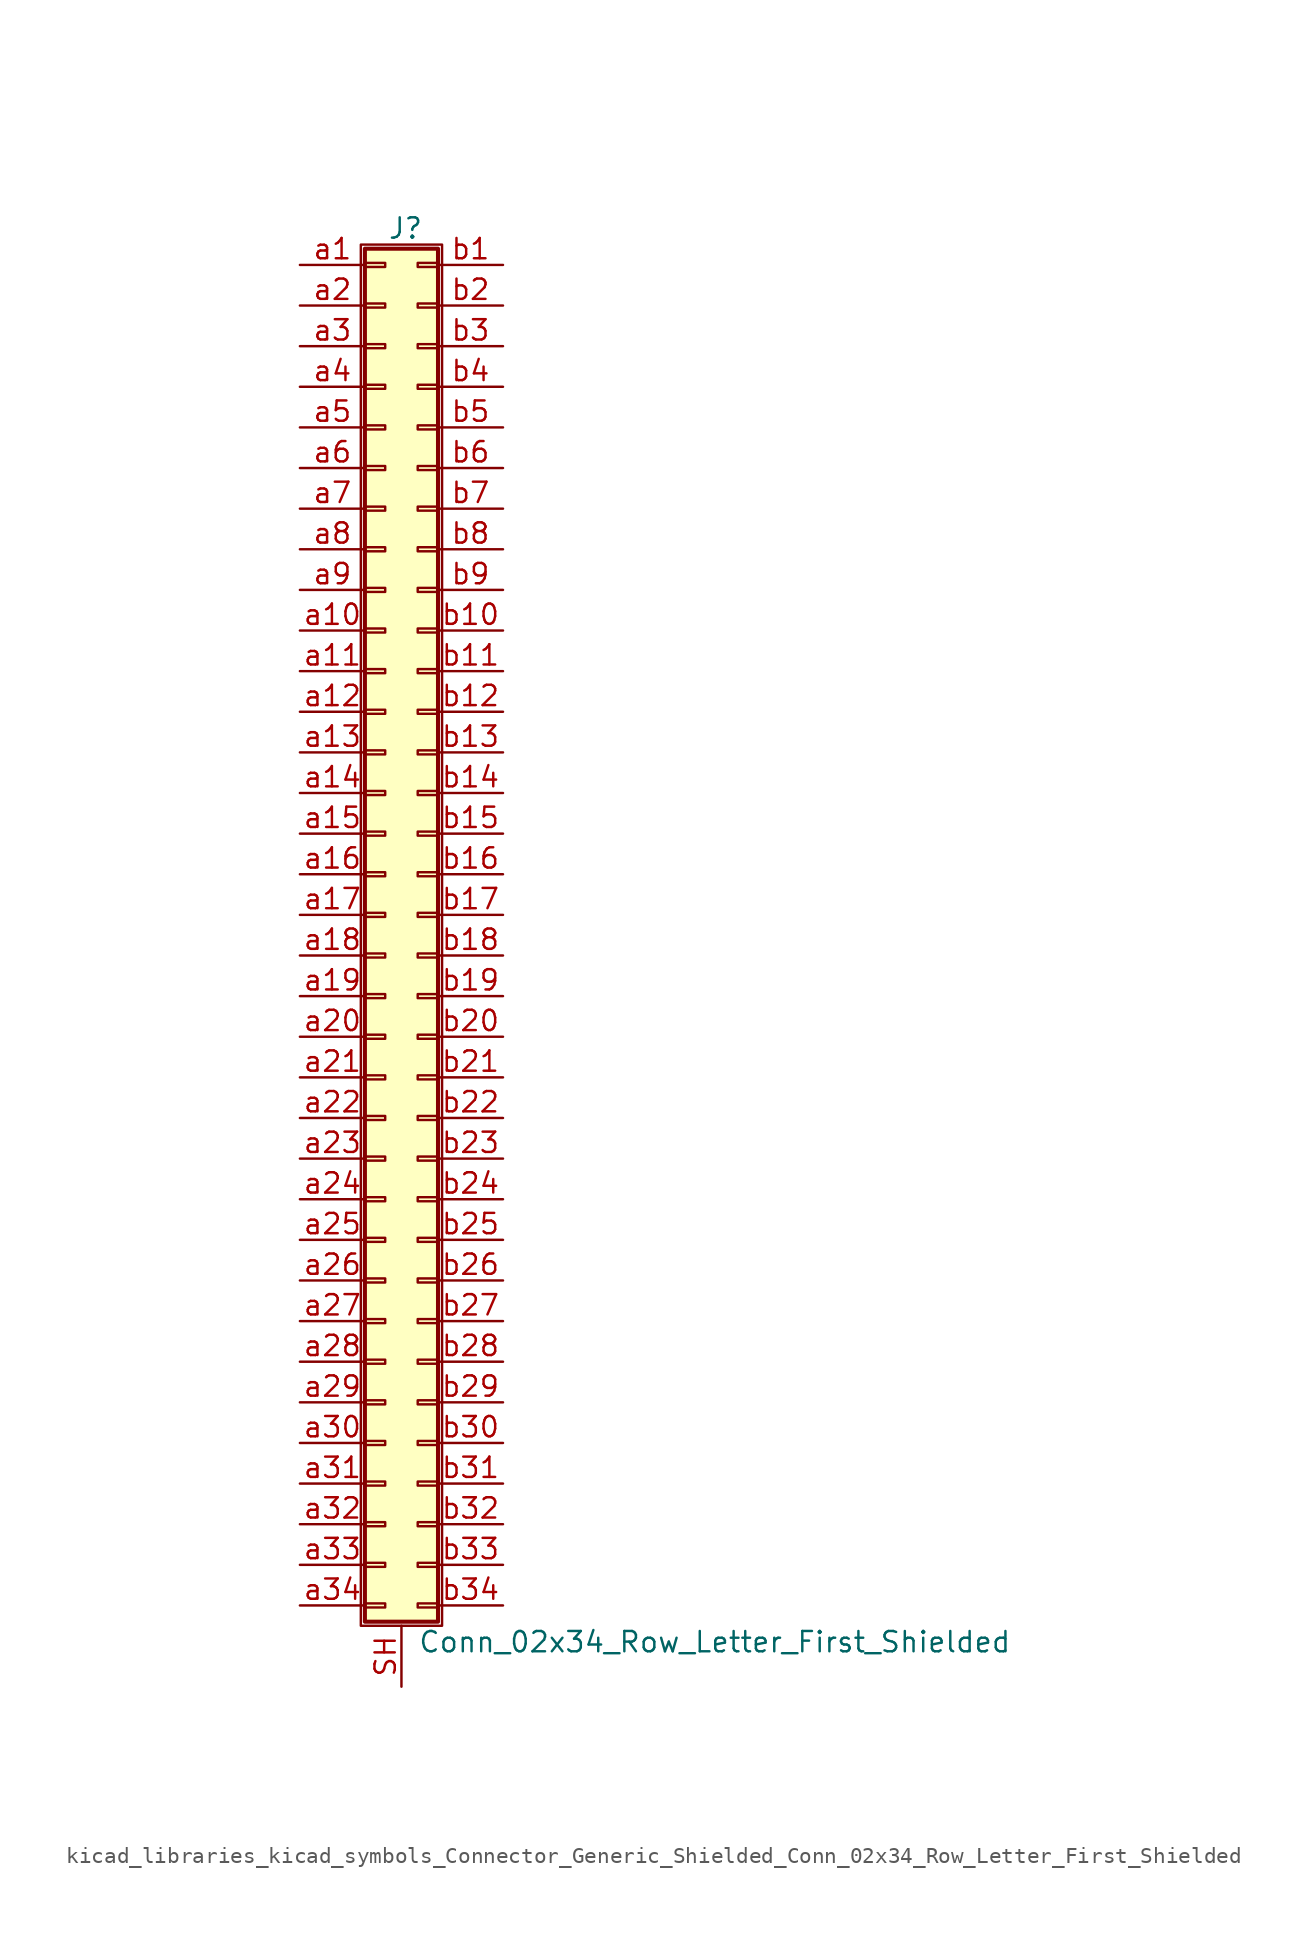
<source format=kicad_sym>
(kicad_symbol_lib
  (version 20220914)
  (generator kicad_symbol_editor)
  (symbol "kicad_libraries_kicad_symbols_Connector_Generic_Shielded_Conn_02x34_Row_Letter_First_Shielded"
    (pin_names
      (offset 1.016) hide)
    (property "Reference" "J"
      (at 1.524 42.926 0)
      (effects (font (size 1.27 1.27))))
    (property "Value" "Conn_02x34_Row_Letter_First_Shielded"
      (at 2.286 -45.466 0)
      (effects (font (size 1.27 1.27)) (justify left)))
    (symbol "kicad_libraries_kicad_symbols_Connector_Generic_Shielded_Conn_02x34_Row_Letter_First_Shielded_1_1"
      (rectangle (start -1.27 41.91) (end 3.81 -44.45) (stroke (width 0.152) (type default)) (fill (type none)))
      (rectangle (start -1.016 -43.053) (end 0.254 -43.307) (stroke (width 0.152) (type default)) (fill (type none)))
      (rectangle (start -1.016 -40.513) (end 0.254 -40.767) (stroke (width 0.152) (type default)) (fill (type none)))
      (rectangle (start -1.016 -37.973) (end 0.254 -38.227) (stroke (width 0.152) (type default)) (fill (type none)))
      (rectangle (start -1.016 -35.433) (end 0.254 -35.687) (stroke (width 0.152) (type default)) (fill (type none)))
      (rectangle (start -1.016 -32.893) (end 0.254 -33.147) (stroke (width 0.152) (type default)) (fill (type none)))
      (rectangle (start -1.016 -30.353) (end 0.254 -30.607) (stroke (width 0.152) (type default)) (fill (type none)))
      (rectangle (start -1.016 -27.813) (end 0.254 -28.067) (stroke (width 0.152) (type default)) (fill (type none)))
      (rectangle (start -1.016 -25.273) (end 0.254 -25.527) (stroke (width 0.152) (type default)) (fill (type none)))
      (rectangle (start -1.016 -22.733) (end 0.254 -22.987) (stroke (width 0.152) (type default)) (fill (type none)))
      (rectangle (start -1.016 -20.193) (end 0.254 -20.447) (stroke (width 0.152) (type default)) (fill (type none)))
      (rectangle (start -1.016 -17.653) (end 0.254 -17.907) (stroke (width 0.152) (type default)) (fill (type none)))
      (rectangle (start -1.016 -15.113) (end 0.254 -15.367) (stroke (width 0.152) (type default)) (fill (type none)))
      (rectangle (start -1.016 -12.573) (end 0.254 -12.827) (stroke (width 0.152) (type default)) (fill (type none)))
      (rectangle (start -1.016 -10.033) (end 0.254 -10.287) (stroke (width 0.152) (type default)) (fill (type none)))
      (rectangle (start -1.016 -7.493) (end 0.254 -7.747) (stroke (width 0.152) (type default)) (fill (type none)))
      (rectangle (start -1.016 -4.953) (end 0.254 -5.207) (stroke (width 0.152) (type default)) (fill (type none)))
      (rectangle (start -1.016 -2.413) (end 0.254 -2.667) (stroke (width 0.152) (type default)) (fill (type none)))
      (rectangle (start -1.016 0.127) (end 0.254 -0.127) (stroke (width 0.152) (type default)) (fill (type none)))
      (rectangle (start -1.016 2.667) (end 0.254 2.413) (stroke (width 0.152) (type default)) (fill (type none)))
      (rectangle (start -1.016 5.207) (end 0.254 4.953) (stroke (width 0.152) (type default)) (fill (type none)))
      (rectangle (start -1.016 7.747) (end 0.254 7.493) (stroke (width 0.152) (type default)) (fill (type none)))
      (rectangle (start -1.016 10.287) (end 0.254 10.033) (stroke (width 0.152) (type default)) (fill (type none)))
      (rectangle (start -1.016 12.827) (end 0.254 12.573) (stroke (width 0.152) (type default)) (fill (type none)))
      (rectangle (start -1.016 15.367) (end 0.254 15.113) (stroke (width 0.152) (type default)) (fill (type none)))
      (rectangle (start -1.016 17.907) (end 0.254 17.653) (stroke (width 0.152) (type default)) (fill (type none)))
      (rectangle (start -1.016 20.447) (end 0.254 20.193) (stroke (width 0.152) (type default)) (fill (type none)))
      (rectangle (start -1.016 22.987) (end 0.254 22.733) (stroke (width 0.152) (type default)) (fill (type none)))
      (rectangle (start -1.016 25.527) (end 0.254 25.273) (stroke (width 0.152) (type default)) (fill (type none)))
      (rectangle (start -1.016 28.067) (end 0.254 27.813) (stroke (width 0.152) (type default)) (fill (type none)))
      (rectangle (start -1.016 30.607) (end 0.254 30.353) (stroke (width 0.152) (type default)) (fill (type none)))
      (rectangle (start -1.016 33.147) (end 0.254 32.893) (stroke (width 0.152) (type default)) (fill (type none)))
      (rectangle (start -1.016 35.687) (end 0.254 35.433) (stroke (width 0.152) (type default)) (fill (type none)))
      (rectangle (start -1.016 38.227) (end 0.254 37.973) (stroke (width 0.152) (type default)) (fill (type none)))
      (rectangle (start -1.016 40.767) (end 0.254 40.513) (stroke (width 0.152) (type default)) (fill (type none)))
      (rectangle (start -1.016 41.656) (end 3.556 -44.196) (stroke (width 0.254) (type default)) (fill (type background)))
      (rectangle (start 3.556 -43.053) (end 2.286 -43.307) (stroke (width 0.152) (type default)) (fill (type none)))
      (rectangle (start 3.556 -40.513) (end 2.286 -40.767) (stroke (width 0.152) (type default)) (fill (type none)))
      (rectangle (start 3.556 -37.973) (end 2.286 -38.227) (stroke (width 0.152) (type default)) (fill (type none)))
      (rectangle (start 3.556 -35.433) (end 2.286 -35.687) (stroke (width 0.152) (type default)) (fill (type none)))
      (rectangle (start 3.556 -32.893) (end 2.286 -33.147) (stroke (width 0.152) (type default)) (fill (type none)))
      (rectangle (start 3.556 -30.353) (end 2.286 -30.607) (stroke (width 0.152) (type default)) (fill (type none)))
      (rectangle (start 3.556 -27.813) (end 2.286 -28.067) (stroke (width 0.152) (type default)) (fill (type none)))
      (rectangle (start 3.556 -25.273) (end 2.286 -25.527) (stroke (width 0.152) (type default)) (fill (type none)))
      (rectangle (start 3.556 -22.733) (end 2.286 -22.987) (stroke (width 0.152) (type default)) (fill (type none)))
      (rectangle (start 3.556 -20.193) (end 2.286 -20.447) (stroke (width 0.152) (type default)) (fill (type none)))
      (rectangle (start 3.556 -17.653) (end 2.286 -17.907) (stroke (width 0.152) (type default)) (fill (type none)))
      (rectangle (start 3.556 -15.113) (end 2.286 -15.367) (stroke (width 0.152) (type default)) (fill (type none)))
      (rectangle (start 3.556 -12.573) (end 2.286 -12.827) (stroke (width 0.152) (type default)) (fill (type none)))
      (rectangle (start 3.556 -10.033) (end 2.286 -10.287) (stroke (width 0.152) (type default)) (fill (type none)))
      (rectangle (start 3.556 -7.493) (end 2.286 -7.747) (stroke (width 0.152) (type default)) (fill (type none)))
      (rectangle (start 3.556 -4.953) (end 2.286 -5.207) (stroke (width 0.152) (type default)) (fill (type none)))
      (rectangle (start 3.556 -2.413) (end 2.286 -2.667) (stroke (width 0.152) (type default)) (fill (type none)))
      (rectangle (start 3.556 0.127) (end 2.286 -0.127) (stroke (width 0.152) (type default)) (fill (type none)))
      (rectangle (start 3.556 2.667) (end 2.286 2.413) (stroke (width 0.152) (type default)) (fill (type none)))
      (rectangle (start 3.556 5.207) (end 2.286 4.953) (stroke (width 0.152) (type default)) (fill (type none)))
      (rectangle (start 3.556 7.747) (end 2.286 7.493) (stroke (width 0.152) (type default)) (fill (type none)))
      (rectangle (start 3.556 10.287) (end 2.286 10.033) (stroke (width 0.152) (type default)) (fill (type none)))
      (rectangle (start 3.556 12.827) (end 2.286 12.573) (stroke (width 0.152) (type default)) (fill (type none)))
      (rectangle (start 3.556 15.367) (end 2.286 15.113) (stroke (width 0.152) (type default)) (fill (type none)))
      (rectangle (start 3.556 17.907) (end 2.286 17.653) (stroke (width 0.152) (type default)) (fill (type none)))
      (rectangle (start 3.556 20.447) (end 2.286 20.193) (stroke (width 0.152) (type default)) (fill (type none)))
      (rectangle (start 3.556 22.987) (end 2.286 22.733) (stroke (width 0.152) (type default)) (fill (type none)))
      (rectangle (start 3.556 25.527) (end 2.286 25.273) (stroke (width 0.152) (type default)) (fill (type none)))
      (rectangle (start 3.556 28.067) (end 2.286 27.813) (stroke (width 0.152) (type default)) (fill (type none)))
      (rectangle (start 3.556 30.607) (end 2.286 30.353) (stroke (width 0.152) (type default)) (fill (type none)))
      (rectangle (start 3.556 33.147) (end 2.286 32.893) (stroke (width 0.152) (type default)) (fill (type none)))
      (rectangle (start 3.556 35.687) (end 2.286 35.433) (stroke (width 0.152) (type default)) (fill (type none)))
      (rectangle (start 3.556 38.227) (end 2.286 37.973) (stroke (width 0.152) (type default)) (fill (type none)))
      (rectangle (start 3.556 40.767) (end 2.286 40.513) (stroke (width 0.152) (type default)) (fill (type none)))
      (pin passive line (at 1.27 -48.26 90) (length 3.81) (name "Shield" (effects (font (size 1.27 1.27)))) (number "SH" (effects (font (size 1.27 1.27)))))
      (pin passive line (at -5.08 40.64 0) (length 4.064) (name "Pin_a1" (effects (font (size 1.27 1.27)))) (number "a1" (effects (font (size 1.27 1.27)))))
      (pin passive line (at -5.08 17.78 0) (length 4.064) (name "Pin_a10" (effects (font (size 1.27 1.27)))) (number "a10" (effects (font (size 1.27 1.27)))))
      (pin passive line (at -5.08 15.24 0) (length 4.064) (name "Pin_a11" (effects (font (size 1.27 1.27)))) (number "a11" (effects (font (size 1.27 1.27)))))
      (pin passive line (at -5.08 12.7 0) (length 4.064) (name "Pin_a12" (effects (font (size 1.27 1.27)))) (number "a12" (effects (font (size 1.27 1.27)))))
      (pin passive line (at -5.08 10.16 0) (length 4.064) (name "Pin_a13" (effects (font (size 1.27 1.27)))) (number "a13" (effects (font (size 1.27 1.27)))))
      (pin passive line (at -5.08 7.62 0) (length 4.064) (name "Pin_a14" (effects (font (size 1.27 1.27)))) (number "a14" (effects (font (size 1.27 1.27)))))
      (pin passive line (at -5.08 5.08 0) (length 4.064) (name "Pin_a15" (effects (font (size 1.27 1.27)))) (number "a15" (effects (font (size 1.27 1.27)))))
      (pin passive line (at -5.08 2.54 0) (length 4.064) (name "Pin_a16" (effects (font (size 1.27 1.27)))) (number "a16" (effects (font (size 1.27 1.27)))))
      (pin passive line (at -5.08 0 0) (length 4.064) (name "Pin_a17" (effects (font (size 1.27 1.27)))) (number "a17" (effects (font (size 1.27 1.27)))))
      (pin passive line (at -5.08 -2.54 0) (length 4.064) (name "Pin_a18" (effects (font (size 1.27 1.27)))) (number "a18" (effects (font (size 1.27 1.27)))))
      (pin passive line (at -5.08 -5.08 0) (length 4.064) (name "Pin_a19" (effects (font (size 1.27 1.27)))) (number "a19" (effects (font (size 1.27 1.27)))))
      (pin passive line (at -5.08 38.1 0) (length 4.064) (name "Pin_a2" (effects (font (size 1.27 1.27)))) (number "a2" (effects (font (size 1.27 1.27)))))
      (pin passive line (at -5.08 -7.62 0) (length 4.064) (name "Pin_a20" (effects (font (size 1.27 1.27)))) (number "a20" (effects (font (size 1.27 1.27)))))
      (pin passive line (at -5.08 -10.16 0) (length 4.064) (name "Pin_a21" (effects (font (size 1.27 1.27)))) (number "a21" (effects (font (size 1.27 1.27)))))
      (pin passive line (at -5.08 -12.7 0) (length 4.064) (name "Pin_a22" (effects (font (size 1.27 1.27)))) (number "a22" (effects (font (size 1.27 1.27)))))
      (pin passive line (at -5.08 -15.24 0) (length 4.064) (name "Pin_a23" (effects (font (size 1.27 1.27)))) (number "a23" (effects (font (size 1.27 1.27)))))
      (pin passive line (at -5.08 -17.78 0) (length 4.064) (name "Pin_a24" (effects (font (size 1.27 1.27)))) (number "a24" (effects (font (size 1.27 1.27)))))
      (pin passive line (at -5.08 -20.32 0) (length 4.064) (name "Pin_a25" (effects (font (size 1.27 1.27)))) (number "a25" (effects (font (size 1.27 1.27)))))
      (pin passive line (at -5.08 -22.86 0) (length 4.064) (name "Pin_a26" (effects (font (size 1.27 1.27)))) (number "a26" (effects (font (size 1.27 1.27)))))
      (pin passive line (at -5.08 -25.4 0) (length 4.064) (name "Pin_a27" (effects (font (size 1.27 1.27)))) (number "a27" (effects (font (size 1.27 1.27)))))
      (pin passive line (at -5.08 -27.94 0) (length 4.064) (name "Pin_a28" (effects (font (size 1.27 1.27)))) (number "a28" (effects (font (size 1.27 1.27)))))
      (pin passive line (at -5.08 -30.48 0) (length 4.064) (name "Pin_a29" (effects (font (size 1.27 1.27)))) (number "a29" (effects (font (size 1.27 1.27)))))
      (pin passive line (at -5.08 35.56 0) (length 4.064) (name "Pin_a3" (effects (font (size 1.27 1.27)))) (number "a3" (effects (font (size 1.27 1.27)))))
      (pin passive line (at -5.08 -33.02 0) (length 4.064) (name "Pin_a30" (effects (font (size 1.27 1.27)))) (number "a30" (effects (font (size 1.27 1.27)))))
      (pin passive line (at -5.08 -35.56 0) (length 4.064) (name "Pin_a31" (effects (font (size 1.27 1.27)))) (number "a31" (effects (font (size 1.27 1.27)))))
      (pin passive line (at -5.08 -38.1 0) (length 4.064) (name "Pin_a32" (effects (font (size 1.27 1.27)))) (number "a32" (effects (font (size 1.27 1.27)))))
      (pin passive line (at -5.08 -40.64 0) (length 4.064) (name "Pin_a33" (effects (font (size 1.27 1.27)))) (number "a33" (effects (font (size 1.27 1.27)))))
      (pin passive line (at -5.08 -43.18 0) (length 4.064) (name "Pin_a34" (effects (font (size 1.27 1.27)))) (number "a34" (effects (font (size 1.27 1.27)))))
      (pin passive line (at -5.08 33.02 0) (length 4.064) (name "Pin_a4" (effects (font (size 1.27 1.27)))) (number "a4" (effects (font (size 1.27 1.27)))))
      (pin passive line (at -5.08 30.48 0) (length 4.064) (name "Pin_a5" (effects (font (size 1.27 1.27)))) (number "a5" (effects (font (size 1.27 1.27)))))
      (pin passive line (at -5.08 27.94 0) (length 4.064) (name "Pin_a6" (effects (font (size 1.27 1.27)))) (number "a6" (effects (font (size 1.27 1.27)))))
      (pin passive line (at -5.08 25.4 0) (length 4.064) (name "Pin_a7" (effects (font (size 1.27 1.27)))) (number "a7" (effects (font (size 1.27 1.27)))))
      (pin passive line (at -5.08 22.86 0) (length 4.064) (name "Pin_a8" (effects (font (size 1.27 1.27)))) (number "a8" (effects (font (size 1.27 1.27)))))
      (pin passive line (at -5.08 20.32 0) (length 4.064) (name "Pin_a9" (effects (font (size 1.27 1.27)))) (number "a9" (effects (font (size 1.27 1.27)))))
      (pin passive line (at 7.62 40.64 180) (length 4.064) (name "Pin_b1" (effects (font (size 1.27 1.27)))) (number "b1" (effects (font (size 1.27 1.27)))))
      (pin passive line (at 7.62 17.78 180) (length 4.064) (name "Pin_b10" (effects (font (size 1.27 1.27)))) (number "b10" (effects (font (size 1.27 1.27)))))
      (pin passive line (at 7.62 15.24 180) (length 4.064) (name "Pin_b11" (effects (font (size 1.27 1.27)))) (number "b11" (effects (font (size 1.27 1.27)))))
      (pin passive line (at 7.62 12.7 180) (length 4.064) (name "Pin_b12" (effects (font (size 1.27 1.27)))) (number "b12" (effects (font (size 1.27 1.27)))))
      (pin passive line (at 7.62 10.16 180) (length 4.064) (name "Pin_b13" (effects (font (size 1.27 1.27)))) (number "b13" (effects (font (size 1.27 1.27)))))
      (pin passive line (at 7.62 7.62 180) (length 4.064) (name "Pin_b14" (effects (font (size 1.27 1.27)))) (number "b14" (effects (font (size 1.27 1.27)))))
      (pin passive line (at 7.62 5.08 180) (length 4.064) (name "Pin_b15" (effects (font (size 1.27 1.27)))) (number "b15" (effects (font (size 1.27 1.27)))))
      (pin passive line (at 7.62 2.54 180) (length 4.064) (name "Pin_b16" (effects (font (size 1.27 1.27)))) (number "b16" (effects (font (size 1.27 1.27)))))
      (pin passive line (at 7.62 0 180) (length 4.064) (name "Pin_b17" (effects (font (size 1.27 1.27)))) (number "b17" (effects (font (size 1.27 1.27)))))
      (pin passive line (at 7.62 -2.54 180) (length 4.064) (name "Pin_b18" (effects (font (size 1.27 1.27)))) (number "b18" (effects (font (size 1.27 1.27)))))
      (pin passive line (at 7.62 -5.08 180) (length 4.064) (name "Pin_b19" (effects (font (size 1.27 1.27)))) (number "b19" (effects (font (size 1.27 1.27)))))
      (pin passive line (at 7.62 38.1 180) (length 4.064) (name "Pin_b2" (effects (font (size 1.27 1.27)))) (number "b2" (effects (font (size 1.27 1.27)))))
      (pin passive line (at 7.62 -7.62 180) (length 4.064) (name "Pin_b20" (effects (font (size 1.27 1.27)))) (number "b20" (effects (font (size 1.27 1.27)))))
      (pin passive line (at 7.62 -10.16 180) (length 4.064) (name "Pin_b21" (effects (font (size 1.27 1.27)))) (number "b21" (effects (font (size 1.27 1.27)))))
      (pin passive line (at 7.62 -12.7 180) (length 4.064) (name "Pin_b22" (effects (font (size 1.27 1.27)))) (number "b22" (effects (font (size 1.27 1.27)))))
      (pin passive line (at 7.62 -15.24 180) (length 4.064) (name "Pin_b23" (effects (font (size 1.27 1.27)))) (number "b23" (effects (font (size 1.27 1.27)))))
      (pin passive line (at 7.62 -17.78 180) (length 4.064) (name "Pin_b24" (effects (font (size 1.27 1.27)))) (number "b24" (effects (font (size 1.27 1.27)))))
      (pin passive line (at 7.62 -20.32 180) (length 4.064) (name "Pin_b25" (effects (font (size 1.27 1.27)))) (number "b25" (effects (font (size 1.27 1.27)))))
      (pin passive line (at 7.62 -22.86 180) (length 4.064) (name "Pin_b26" (effects (font (size 1.27 1.27)))) (number "b26" (effects (font (size 1.27 1.27)))))
      (pin passive line (at 7.62 -25.4 180) (length 4.064) (name "Pin_b27" (effects (font (size 1.27 1.27)))) (number "b27" (effects (font (size 1.27 1.27)))))
      (pin passive line (at 7.62 -27.94 180) (length 4.064) (name "Pin_b28" (effects (font (size 1.27 1.27)))) (number "b28" (effects (font (size 1.27 1.27)))))
      (pin passive line (at 7.62 -30.48 180) (length 4.064) (name "Pin_b29" (effects (font (size 1.27 1.27)))) (number "b29" (effects (font (size 1.27 1.27)))))
      (pin passive line (at 7.62 35.56 180) (length 4.064) (name "Pin_b3" (effects (font (size 1.27 1.27)))) (number "b3" (effects (font (size 1.27 1.27)))))
      (pin passive line (at 7.62 -33.02 180) (length 4.064) (name "Pin_b30" (effects (font (size 1.27 1.27)))) (number "b30" (effects (font (size 1.27 1.27)))))
      (pin passive line (at 7.62 -35.56 180) (length 4.064) (name "Pin_b31" (effects (font (size 1.27 1.27)))) (number "b31" (effects (font (size 1.27 1.27)))))
      (pin passive line (at 7.62 -38.1 180) (length 4.064) (name "Pin_b32" (effects (font (size 1.27 1.27)))) (number "b32" (effects (font (size 1.27 1.27)))))
      (pin passive line (at 7.62 -40.64 180) (length 4.064) (name "Pin_b33" (effects (font (size 1.27 1.27)))) (number "b33" (effects (font (size 1.27 1.27)))))
      (pin passive line (at 7.62 -43.18 180) (length 4.064) (name "Pin_b34" (effects (font (size 1.27 1.27)))) (number "b34" (effects (font (size 1.27 1.27)))))
      (pin passive line (at 7.62 33.02 180) (length 4.064) (name "Pin_b4" (effects (font (size 1.27 1.27)))) (number "b4" (effects (font (size 1.27 1.27)))))
      (pin passive line (at 7.62 30.48 180) (length 4.064) (name "Pin_b5" (effects (font (size 1.27 1.27)))) (number "b5" (effects (font (size 1.27 1.27)))))
      (pin passive line (at 7.62 27.94 180) (length 4.064) (name "Pin_b6" (effects (font (size 1.27 1.27)))) (number "b6" (effects (font (size 1.27 1.27)))))
      (pin passive line (at 7.62 25.4 180) (length 4.064) (name "Pin_b7" (effects (font (size 1.27 1.27)))) (number "b7" (effects (font (size 1.27 1.27)))))
      (pin passive line (at 7.62 22.86 180) (length 4.064) (name "Pin_b8" (effects (font (size 1.27 1.27)))) (number "b8" (effects (font (size 1.27 1.27)))))
      (pin passive line (at 7.62 20.32 180) (length 4.064) (name "Pin_b9" (effects (font (size 1.27 1.27)))) (number "b9" (effects (font (size 1.27 1.27))))))))
</source>
